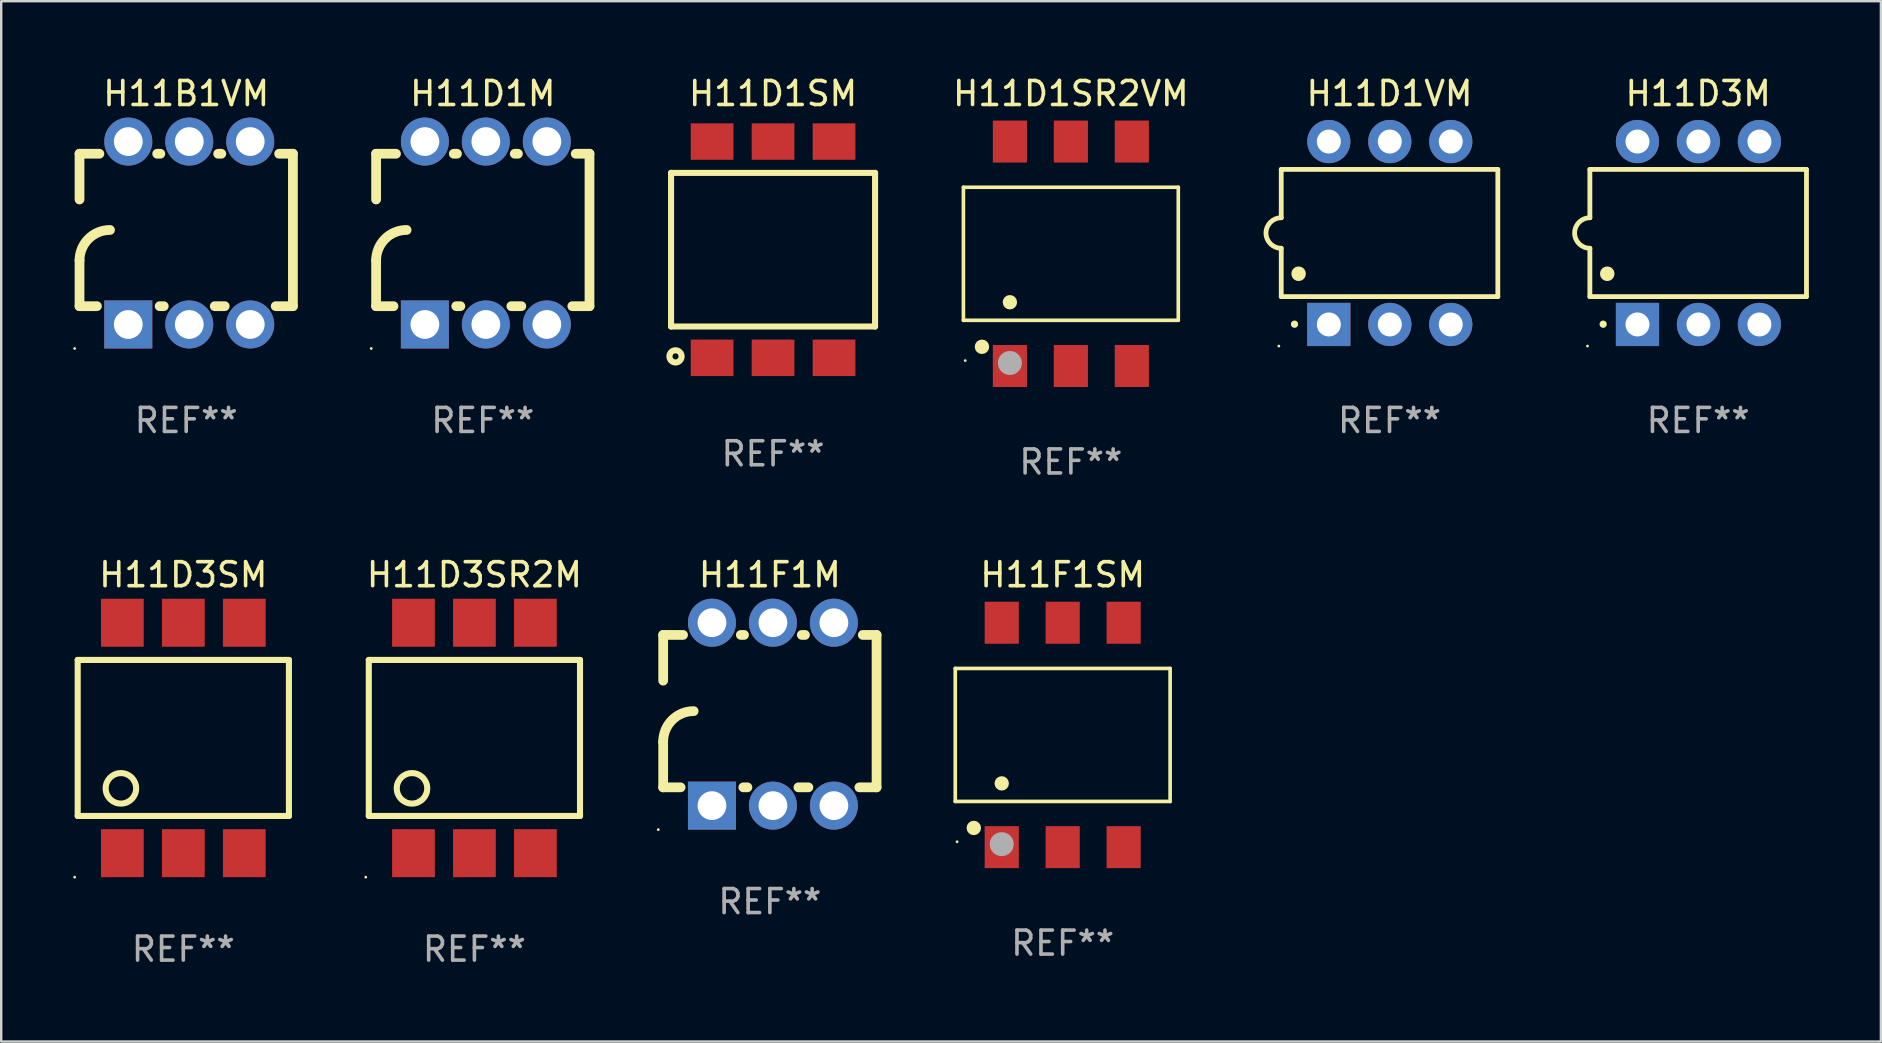
<source format=kicad_pcb>
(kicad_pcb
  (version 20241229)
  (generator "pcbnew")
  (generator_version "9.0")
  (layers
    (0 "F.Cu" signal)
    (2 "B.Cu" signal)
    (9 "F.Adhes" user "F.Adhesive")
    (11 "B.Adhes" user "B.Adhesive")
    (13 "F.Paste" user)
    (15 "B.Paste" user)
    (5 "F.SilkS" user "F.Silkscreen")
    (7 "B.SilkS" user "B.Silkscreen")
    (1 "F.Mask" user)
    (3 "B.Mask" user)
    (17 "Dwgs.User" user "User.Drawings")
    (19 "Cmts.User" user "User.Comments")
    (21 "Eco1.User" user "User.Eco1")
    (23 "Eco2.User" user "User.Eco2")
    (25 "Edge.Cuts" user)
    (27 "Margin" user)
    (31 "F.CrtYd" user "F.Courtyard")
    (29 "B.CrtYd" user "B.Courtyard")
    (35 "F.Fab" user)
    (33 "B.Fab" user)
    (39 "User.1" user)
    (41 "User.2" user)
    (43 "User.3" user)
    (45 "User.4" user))
  (footprint "H11D1M"
    (layer "F.Cu")
    (at 17.065 6.658)
    (property "Reference" "H11D1M" (at 0 -5.81 0) (layer "F.SilkS") (effects (font (size 1 1) (thickness 0.15))))
    (attr through_hole)
    (fp_line (start -4.445 -1.397) (end -4.445 -3.302) (stroke (width 0.406) (type solid)) (layer "F.SilkS"))
    (fp_line (start -4.445 3.048) (end -4.445 1.143) (stroke (width 0.406) (type solid)) (layer "F.SilkS"))
    (fp_line (start -4.445 3.048) (end -3.72 3.048) (stroke (width 0.406) (type solid)) (layer "F.SilkS"))
    (fp_line (start -3.617 -3.302) (end -4.445 -3.302) (stroke (width 0.406) (type solid)) (layer "F.SilkS"))
    (fp_line (start -1.106 3.048) (end -0.935 3.048) (stroke (width 0.406) (type solid)) (layer "F.SilkS"))
    (fp_line (start -1.077 -3.302) (end -1.209 -3.302) (stroke (width 0.406) (type solid)) (layer "F.SilkS"))
    (fp_line (start 1.189 3.048) (end 1.605 3.048) (stroke (width 0.406) (type solid)) (layer "F.SilkS"))
    (fp_line (start 1.463 -3.302) (end 1.331 -3.302) (stroke (width 0.406) (type solid)) (layer "F.SilkS"))
    (fp_line (start 3.729 3.048) (end 4.445 3.048) (stroke (width 0.406) (type solid)) (layer "F.SilkS"))
    (fp_line (start 4.445 -3.302) (end 3.871 -3.302) (stroke (width 0.406) (type solid)) (layer "F.SilkS"))
    (fp_line (start 4.445 -3.302) (end 4.445 3.048) (stroke (width 0.406) (type solid)) (layer "F.SilkS"))
    (fp_arc (start -4.444983 1.143002) (mid -4.073008 0.244974) (end -3.17498 -0.127) (stroke (width 0.4064) (type solid)) (layer "F.SilkS"))
    (fp_circle (center -4.648 4.81) (end -4.618 4.81) (stroke (width 0.06) (type solid)) (fill no) (layer "F.SilkS"))
    (fp_text user "REF**" (at 0 7.81 0) (layer "F.Fab") (effects (font (size 1 1) (thickness 0.15))))
    (pad "1" thru_hole rect (at -2.413 3.81 90) (size 2 2) (drill 1.2) (layers "*.Cu" "*.Mask"))
    (pad "2" thru_hole circle (at 0.127 3.81) (size 2 2) (drill 1.2) (layers "*.Cu" "*.Mask"))
    (pad "3" thru_hole circle (at 2.667 3.81) (size 2 2) (drill 1.2) (layers "*.Cu" "*.Mask"))
    (pad "4" thru_hole circle (at 2.667 -3.81) (size 2 2) (drill 1.2) (layers "*.Cu" "*.Mask"))
    (pad "5" thru_hole circle (at 0.127 -3.81) (size 2 2) (drill 1.2) (layers "*.Cu" "*.Mask"))
    (pad "6" thru_hole circle (at -2.413 -3.81) (size 2 2) (drill 1.2) (layers "*.Cu" "*.Mask")))
  (footprint "H11D1SR2VM"
    (layer "F.Cu")
    (at 41.565 7.523)
    (property "Reference" "H11D1SR2VM" (at 0 -6.675 0) (layer "F.SilkS") (effects (font (size 1 1) (thickness 0.15))))
    (attr through_hole)
    (fp_line (start -4.476 -2.771) (end 4.476 -2.771) (stroke (width 0.152) (type solid)) (layer "F.SilkS"))
    (fp_line (start -4.476 2.771) (end -4.476 -2.771) (stroke (width 0.152) (type solid)) (layer "F.SilkS"))
    (fp_line (start 4.476 -2.771) (end 4.476 2.771) (stroke (width 0.152) (type solid)) (layer "F.SilkS"))
    (fp_line (start 4.476 2.771) (end -4.476 2.771) (stroke (width 0.152) (type solid)) (layer "F.SilkS"))
    (fp_circle (center -4.4 4.45) (end -4.37 4.45) (stroke (width 0.06) (type solid)) (fill no) (layer "F.SilkS"))
    (fp_circle (center -3.704 3.875) (end -3.553 3.875) (stroke (width 0.3) (type solid)) (fill no) (layer "F.SilkS"))
    (fp_circle (center -2.54 2.019) (end -2.39 2.019) (stroke (width 0.3) (type solid)) (fill no) (layer "F.SilkS"))
    (fp_circle (center -2.54 4.55) (end -2.29 4.55) (stroke (width 0.5) (type solid)) (fill no) (layer "F.Fab"))
    (fp_text user "REF**" (at 0 8.675 0) (layer "F.Fab") (effects (font (size 1 1) (thickness 0.15))))
    (pad "1" smd rect (at -2.54 4.675) (size 1.422 1.75) (layers "F.Cu" "F.Mask" "F.Paste"))
    (pad "2" smd rect (at 0 4.675) (size 1.422 1.75) (layers "F.Cu" "F.Mask" "F.Paste"))
    (pad "3" smd rect (at 2.54 4.675) (size 1.422 1.75) (layers "F.Cu" "F.Mask" "F.Paste"))
    (pad "4" smd rect (at 2.54 -4.675) (size 1.422 1.75) (layers "F.Cu" "F.Mask" "F.Paste"))
    (pad "5" smd rect (at 0 -4.675) (size 1.422 1.75) (layers "F.Cu" "F.Mask" "F.Paste"))
    (pad "6" smd rect (at -2.54 -4.675) (size 1.422 1.75) (layers "F.Cu" "F.Mask" "F.Paste")))
  (footprint "H11F1SM"
    (layer "F.Cu")
    (at 41.225 27.57)
    (property "Reference" "H11F1SM" (at 0 -6.675 0) (layer "F.SilkS") (effects (font (size 1 1) (thickness 0.15))))
    (attr through_hole)
    (fp_line (start -4.476 -2.771) (end 4.476 -2.771) (stroke (width 0.152) (type solid)) (layer "F.SilkS"))
    (fp_line (start -4.476 2.771) (end -4.476 -2.771) (stroke (width 0.152) (type solid)) (layer "F.SilkS"))
    (fp_line (start 4.476 -2.771) (end 4.476 2.771) (stroke (width 0.152) (type solid)) (layer "F.SilkS"))
    (fp_line (start 4.476 2.771) (end -4.476 2.771) (stroke (width 0.152) (type solid)) (layer "F.SilkS"))
    (fp_circle (center -4.4 4.45) (end -4.37 4.45) (stroke (width 0.06) (type solid)) (fill no) (layer "F.SilkS"))
    (fp_circle (center -3.704 3.875) (end -3.553 3.875) (stroke (width 0.3) (type solid)) (fill no) (layer "F.SilkS"))
    (fp_circle (center -2.54 2.019) (end -2.39 2.019) (stroke (width 0.3) (type solid)) (fill no) (layer "F.SilkS"))
    (fp_circle (center -2.54 4.55) (end -2.29 4.55) (stroke (width 0.5) (type solid)) (fill no) (layer "F.Fab"))
    (fp_text user "REF**" (at 0 8.675 0) (layer "F.Fab") (effects (font (size 1 1) (thickness 0.15))))
    (pad "1" smd rect (at -2.54 4.675) (size 1.422 1.75) (layers "F.Cu" "F.Mask" "F.Paste"))
    (pad "2" smd rect (at 0 4.675) (size 1.422 1.75) (layers "F.Cu" "F.Mask" "F.Paste"))
    (pad "3" smd rect (at 2.54 4.675) (size 1.422 1.75) (layers "F.Cu" "F.Mask" "F.Paste"))
    (pad "4" smd rect (at 2.54 -4.675) (size 1.422 1.75) (layers "F.Cu" "F.Mask" "F.Paste"))
    (pad "5" smd rect (at 0 -4.675) (size 1.422 1.75) (layers "F.Cu" "F.Mask" "F.Paste"))
    (pad "6" smd rect (at -2.54 -4.675) (size 1.422 1.75) (layers "F.Cu" "F.Mask" "F.Paste")))
  (footprint "H11B1VM"
    (layer "F.Cu")
    (at 4.708 6.658)
    (property "Reference" "H11B1VM" (at 0 -5.81 0) (layer "F.SilkS") (effects (font (size 1 1) (thickness 0.15))))
    (attr through_hole)
    (fp_line (start -4.445 -1.397) (end -4.445 -3.302) (stroke (width 0.406) (type solid)) (layer "F.SilkS"))
    (fp_line (start -4.445 3.048) (end -4.445 1.143) (stroke (width 0.406) (type solid)) (layer "F.SilkS"))
    (fp_line (start -4.445 3.048) (end -3.72 3.048) (stroke (width 0.406) (type solid)) (layer "F.SilkS"))
    (fp_line (start -3.617 -3.302) (end -4.445 -3.302) (stroke (width 0.406) (type solid)) (layer "F.SilkS"))
    (fp_line (start -1.106 3.048) (end -0.935 3.048) (stroke (width 0.406) (type solid)) (layer "F.SilkS"))
    (fp_line (start -1.077 -3.302) (end -1.209 -3.302) (stroke (width 0.406) (type solid)) (layer "F.SilkS"))
    (fp_line (start 1.189 3.048) (end 1.605 3.048) (stroke (width 0.406) (type solid)) (layer "F.SilkS"))
    (fp_line (start 1.463 -3.302) (end 1.331 -3.302) (stroke (width 0.406) (type solid)) (layer "F.SilkS"))
    (fp_line (start 3.729 3.048) (end 4.445 3.048) (stroke (width 0.406) (type solid)) (layer "F.SilkS"))
    (fp_line (start 4.445 -3.302) (end 3.871 -3.302) (stroke (width 0.406) (type solid)) (layer "F.SilkS"))
    (fp_line (start 4.445 -3.302) (end 4.445 3.048) (stroke (width 0.406) (type solid)) (layer "F.SilkS"))
    (fp_arc (start -4.444983 1.143002) (mid -4.073008 0.244974) (end -3.17498 -0.127) (stroke (width 0.4064) (type solid)) (layer "F.SilkS"))
    (fp_circle (center -4.648 4.81) (end -4.618 4.81) (stroke (width 0.06) (type solid)) (fill no) (layer "F.SilkS"))
    (fp_text user "REF**" (at 0 7.81 0) (layer "F.Fab") (effects (font (size 1 1) (thickness 0.15))))
    (pad "1" thru_hole rect (at -2.413 3.81 90) (size 2 2) (drill 1.2) (layers "*.Cu" "*.Mask"))
    (pad "2" thru_hole circle (at 0.127 3.81) (size 2 2) (drill 1.2) (layers "*.Cu" "*.Mask"))
    (pad "3" thru_hole circle (at 2.667 3.81) (size 2 2) (drill 1.2) (layers "*.Cu" "*.Mask"))
    (pad "4" thru_hole circle (at 2.667 -3.81) (size 2 2) (drill 1.2) (layers "*.Cu" "*.Mask"))
    (pad "5" thru_hole circle (at 0.127 -3.81) (size 2 2) (drill 1.2) (layers "*.Cu" "*.Mask"))
    (pad "6" thru_hole circle (at -2.413 -3.81) (size 2 2) (drill 1.2) (layers "*.Cu" "*.Mask")))
  (footprint "H11D1VM"
    (layer "F.Cu")
    (at 54.842 6.658)
    (property "Reference" "H11D1VM" (at 0 -5.81 0) (layer "F.SilkS") (effects (font (size 1 1) (thickness 0.15))))
    (attr through_hole)
    (fp_line (start -4.512 -2.649) (end 4.512 -2.649) (stroke (width 0.2) (type solid)) (layer "F.SilkS"))
    (fp_line (start -4.512 -0.635) (end -4.512 -2.649) (stroke (width 0.2) (type solid)) (layer "F.SilkS"))
    (fp_line (start -4.512 2.649) (end -4.512 0.635) (stroke (width 0.2) (type solid)) (layer "F.SilkS"))
    (fp_line (start 4.512 -2.649) (end 4.512 2.649) (stroke (width 0.2) (type solid)) (layer "F.SilkS"))
    (fp_line (start 4.512 2.649) (end -4.512 2.649) (stroke (width 0.2) (type solid)) (layer "F.SilkS"))
    (fp_arc (start -4.512319 0.635001) (mid -5.14732 0) (end -4.512319 -0.635001) (stroke (width 0.2) (type solid)) (layer "F.SilkS"))
    (fp_arc (start -3.958598 3.799848) (mid -3.958603 3.798578) (end -3.958598 3.797308) (stroke (width 0.3) (type solid)) (layer "F.SilkS"))
    (fp_arc (start -3.788418 1.699263) (mid -3.788429 1.696723) (end -3.788418 1.694183) (stroke (width 0.6) (type solid)) (layer "F.SilkS"))
    (fp_circle (center -4.612 4.71) (end -4.582 4.71) (stroke (width 0.06) (type solid)) (fill no) (layer "F.SilkS"))
    (fp_text user "REF**" (at 0 7.81 0) (layer "F.Fab") (effects (font (size 1 1) (thickness 0.15))))
    (pad "1" thru_hole rect (at -2.529 3.81 90) (size 1.8 1.8) (drill 1) (layers "*.Cu" "*.Mask"))
    (pad "2" thru_hole circle (at 0.011 3.81) (size 1.8 1.8) (drill 1) (layers "*.Cu" "*.Mask"))
    (pad "3" thru_hole circle (at 2.551 3.81) (size 1.8 1.8) (drill 1) (layers "*.Cu" "*.Mask"))
    (pad "4" thru_hole circle (at 2.551 -3.81) (size 1.8 1.8) (drill 1) (layers "*.Cu" "*.Mask"))
    (pad "5" thru_hole circle (at 0.011 -3.81) (size 1.8 1.8) (drill 1) (layers "*.Cu" "*.Mask"))
    (pad "6" thru_hole circle (at -2.529 -3.81) (size 1.8 1.8) (drill 1) (layers "*.Cu" "*.Mask")))
  (footprint "H11D3SM"
    (layer "F.Cu")
    (at 4.587 27.695)
    (property "Reference" "H11D3SM" (at 0 -6.8 0) (layer "F.SilkS") (effects (font (size 1 1) (thickness 0.15))))
    (attr through_hole)
    (fp_line (start -4.4 -3.25) (end -4.4 3.25) (stroke (width 0.254) (type solid)) (layer "F.SilkS"))
    (fp_line (start -4.4 -3.25) (end 4.4 -3.25) (stroke (width 0.254) (type solid)) (layer "F.SilkS"))
    (fp_line (start 4.4 3.25) (end -4.4 3.25) (stroke (width 0.254) (type solid)) (layer "F.SilkS"))
    (fp_line (start 4.4 3.25) (end 4.4 -3.25) (stroke (width 0.254) (type solid)) (layer "F.SilkS"))
    (fp_circle (center -4.527 5.8) (end -4.497 5.8) (stroke (width 0.06) (type solid)) (fill no) (layer "F.SilkS"))
    (fp_circle (center -2.6 2.1) (end -1.965 2.1) (stroke (width 0.254) (type solid)) (fill no) (layer "F.SilkS"))
    (fp_text user "REF**" (at 0 8.8 0) (layer "F.Fab") (effects (font (size 1 1) (thickness 0.15))))
    (pad "1" smd rect (at -2.539 4.8) (size 1.78 2) (layers "F.Cu" "F.Mask" "F.Paste"))
    (pad "2" smd rect (at 0.001 4.8) (size 1.78 2) (layers "F.Cu" "F.Mask" "F.Paste"))
    (pad "3" smd rect (at 2.541 4.8) (size 1.78 2) (layers "F.Cu" "F.Mask" "F.Paste"))
    (pad "4" smd rect (at 2.541 -4.8) (size 1.78 2) (layers "F.Cu" "F.Mask" "F.Paste"))
    (pad "5" smd rect (at 0.001 -4.8) (size 1.78 2) (layers "F.Cu" "F.Mask" "F.Paste"))
    (pad "6" smd rect (at -2.539 -4.8) (size 1.78 2) (layers "F.Cu" "F.Mask" "F.Paste")))
  (footprint "H11D1SM"
    (layer "F.Cu")
    (at 29.158 7.353)
    (property "Reference" "H11D1SM" (at 0 -6.505 0) (layer "F.SilkS") (effects (font (size 1 1) (thickness 0.15))))
    (attr through_hole)
    (fp_line (start -4.25 3.2) (end -4.25 -3.2) (stroke (width 0.254) (type solid)) (layer "F.SilkS"))
    (fp_line (start -4.25 -3.2) (end 4.25 -3.2) (stroke (width 0.254) (type solid)) (layer "F.SilkS"))
    (fp_line (start 4.25 3.2) (end -4.25 3.2) (stroke (width 0.254) (type solid)) (layer "F.SilkS"))
    (fp_line (start 4.25 3.2) (end 4.25 -3.2) (stroke (width 0.254) (type solid)) (layer "F.SilkS"))
    (fp_circle (center -4.064 4.445) (end -3.81 4.445) (stroke (width 0.254) (type solid)) (fill no) (layer "F.SilkS"))
    (fp_text user "REF**" (at 0 8.505 0) (layer "F.Fab") (effects (font (size 1 1) (thickness 0.15))))
    (pad "1" smd rect (at -2.54 4.505) (size 1.78 1.52) (layers "F.Cu" "F.Mask" "F.Paste"))
    (pad "2" smd rect (at 0 4.505) (size 1.78 1.52) (layers "F.Cu" "F.Mask" "F.Paste"))
    (pad "3" smd rect (at 2.54 4.505) (size 1.78 1.52) (layers "F.Cu" "F.Mask" "F.Paste"))
    (pad "4" smd rect (at 2.54 -4.505) (size 1.78 1.52) (layers "F.Cu" "F.Mask" "F.Paste"))
    (pad "5" smd rect (at 0 -4.505) (size 1.78 1.52) (layers "F.Cu" "F.Mask" "F.Paste"))
    (pad "6" smd rect (at -2.54 -4.505) (size 1.78 1.52) (layers "F.Cu" "F.Mask" "F.Paste")))
  (footprint "H11F1M"
    (layer "F.Cu")
    (at 29.025 26.705)
    (property "Reference" "H11F1M" (at 0 -5.81 0) (layer "F.SilkS") (effects (font (size 1 1) (thickness 0.15))))
    (attr through_hole)
    (fp_line (start -4.445 -1.397) (end -4.445 -3.302) (stroke (width 0.406) (type solid)) (layer "F.SilkS"))
    (fp_line (start -4.445 3.048) (end -4.445 1.143) (stroke (width 0.406) (type solid)) (layer "F.SilkS"))
    (fp_line (start -4.445 3.048) (end -3.72 3.048) (stroke (width 0.406) (type solid)) (layer "F.SilkS"))
    (fp_line (start -3.617 -3.302) (end -4.445 -3.302) (stroke (width 0.406) (type solid)) (layer "F.SilkS"))
    (fp_line (start -1.106 3.048) (end -0.935 3.048) (stroke (width 0.406) (type solid)) (layer "F.SilkS"))
    (fp_line (start -1.077 -3.302) (end -1.209 -3.302) (stroke (width 0.406) (type solid)) (layer "F.SilkS"))
    (fp_line (start 1.189 3.048) (end 1.605 3.048) (stroke (width 0.406) (type solid)) (layer "F.SilkS"))
    (fp_line (start 1.463 -3.302) (end 1.331 -3.302) (stroke (width 0.406) (type solid)) (layer "F.SilkS"))
    (fp_line (start 3.729 3.048) (end 4.445 3.048) (stroke (width 0.406) (type solid)) (layer "F.SilkS"))
    (fp_line (start 4.445 -3.302) (end 3.871 -3.302) (stroke (width 0.406) (type solid)) (layer "F.SilkS"))
    (fp_line (start 4.445 -3.302) (end 4.445 3.048) (stroke (width 0.406) (type solid)) (layer "F.SilkS"))
    (fp_arc (start -4.444983 1.143002) (mid -4.073008 0.244974) (end -3.17498 -0.127) (stroke (width 0.4064) (type solid)) (layer "F.SilkS"))
    (fp_circle (center -4.648 4.81) (end -4.618 4.81) (stroke (width 0.06) (type solid)) (fill no) (layer "F.SilkS"))
    (fp_text user "REF**" (at 0 7.81 0) (layer "F.Fab") (effects (font (size 1 1) (thickness 0.15))))
    (pad "1" thru_hole rect (at -2.413 3.81 90) (size 2 2) (drill 1.2) (layers "*.Cu" "*.Mask"))
    (pad "2" thru_hole circle (at 0.127 3.81) (size 2 2) (drill 1.2) (layers "*.Cu" "*.Mask"))
    (pad "3" thru_hole circle (at 2.667 3.81) (size 2 2) (drill 1.2) (layers "*.Cu" "*.Mask"))
    (pad "4" thru_hole circle (at 2.667 -3.81) (size 2 2) (drill 1.2) (layers "*.Cu" "*.Mask"))
    (pad "5" thru_hole circle (at 0.127 -3.81) (size 2 2) (drill 1.2) (layers "*.Cu" "*.Mask"))
    (pad "6" thru_hole circle (at -2.413 -3.81) (size 2 2) (drill 1.2) (layers "*.Cu" "*.Mask")))
  (footprint "H11D3M"
    (layer "F.Cu")
    (at 67.701 6.658)
    (property "Reference" "H11D3M" (at 0 -5.81 0) (layer "F.SilkS") (effects (font (size 1 1) (thickness 0.15))))
    (attr through_hole)
    (fp_line (start -4.512 -2.649) (end 4.512 -2.649) (stroke (width 0.2) (type solid)) (layer "F.SilkS"))
    (fp_line (start -4.512 -0.635) (end -4.512 -2.649) (stroke (width 0.2) (type solid)) (layer "F.SilkS"))
    (fp_line (start -4.512 2.649) (end -4.512 0.635) (stroke (width 0.2) (type solid)) (layer "F.SilkS"))
    (fp_line (start 4.512 -2.649) (end 4.512 2.649) (stroke (width 0.2) (type solid)) (layer "F.SilkS"))
    (fp_line (start 4.512 2.649) (end -4.512 2.649) (stroke (width 0.2) (type solid)) (layer "F.SilkS"))
    (fp_arc (start -4.512319 0.635001) (mid -5.14732 0) (end -4.512319 -0.635001) (stroke (width 0.2) (type solid)) (layer "F.SilkS"))
    (fp_arc (start -3.958598 3.799848) (mid -3.958603 3.798578) (end -3.958598 3.797308) (stroke (width 0.3) (type solid)) (layer "F.SilkS"))
    (fp_arc (start -3.788418 1.699263) (mid -3.788429 1.696723) (end -3.788418 1.694183) (stroke (width 0.6) (type solid)) (layer "F.SilkS"))
    (fp_circle (center -4.612 4.71) (end -4.582 4.71) (stroke (width 0.06) (type solid)) (fill no) (layer "F.SilkS"))
    (fp_text user "REF**" (at 0 7.81 0) (layer "F.Fab") (effects (font (size 1 1) (thickness 0.15))))
    (pad "1" thru_hole rect (at -2.529 3.81 90) (size 1.8 1.8) (drill 1) (layers "*.Cu" "*.Mask"))
    (pad "2" thru_hole circle (at 0.011 3.81) (size 1.8 1.8) (drill 1) (layers "*.Cu" "*.Mask"))
    (pad "3" thru_hole circle (at 2.551 3.81) (size 1.8 1.8) (drill 1) (layers "*.Cu" "*.Mask"))
    (pad "4" thru_hole circle (at 2.551 -3.81) (size 1.8 1.8) (drill 1) (layers "*.Cu" "*.Mask"))
    (pad "5" thru_hole circle (at 0.011 -3.81) (size 1.8 1.8) (drill 1) (layers "*.Cu" "*.Mask"))
    (pad "6" thru_hole circle (at -2.529 -3.81) (size 1.8 1.8) (drill 1) (layers "*.Cu" "*.Mask")))
  (footprint "H11D3SR2M"
    (layer "F.Cu")
    (at 16.715 27.695)
    (property "Reference" "H11D3SR2M" (at 0 -6.8 0) (layer "F.SilkS") (effects (font (size 1 1) (thickness 0.15))))
    (attr through_hole)
    (fp_line (start -4.4 -3.25) (end -4.4 3.25) (stroke (width 0.254) (type solid)) (layer "F.SilkS"))
    (fp_line (start -4.4 -3.25) (end 4.4 -3.25) (stroke (width 0.254) (type solid)) (layer "F.SilkS"))
    (fp_line (start 4.4 3.25) (end -4.4 3.25) (stroke (width 0.254) (type solid)) (layer "F.SilkS"))
    (fp_line (start 4.4 3.25) (end 4.4 -3.25) (stroke (width 0.254) (type solid)) (layer "F.SilkS"))
    (fp_circle (center -4.527 5.8) (end -4.497 5.8) (stroke (width 0.06) (type solid)) (fill no) (layer "F.SilkS"))
    (fp_circle (center -2.6 2.1) (end -1.965 2.1) (stroke (width 0.254) (type solid)) (fill no) (layer "F.SilkS"))
    (fp_text user "REF**" (at 0 8.8 0) (layer "F.Fab") (effects (font (size 1 1) (thickness 0.15))))
    (pad "1" smd rect (at -2.539 4.8) (size 1.78 2) (layers "F.Cu" "F.Mask" "F.Paste"))
    (pad "2" smd rect (at 0.001 4.8) (size 1.78 2) (layers "F.Cu" "F.Mask" "F.Paste"))
    (pad "3" smd rect (at 2.541 4.8) (size 1.78 2) (layers "F.Cu" "F.Mask" "F.Paste"))
    (pad "4" smd rect (at 2.541 -4.8) (size 1.78 2) (layers "F.Cu" "F.Mask" "F.Paste"))
    (pad "5" smd rect (at 0.001 -4.8) (size 1.78 2) (layers "F.Cu" "F.Mask" "F.Paste"))
    (pad "6" smd rect (at -2.539 -4.8) (size 1.78 2) (layers "F.Cu" "F.Mask" "F.Paste")))
  (gr_rect
    (start -3 -3)
    (end 75.314 40.343)
    (stroke (width 0.1) (type default))
    (fill no)
    (layer "Edge.Cuts")))
</source>
